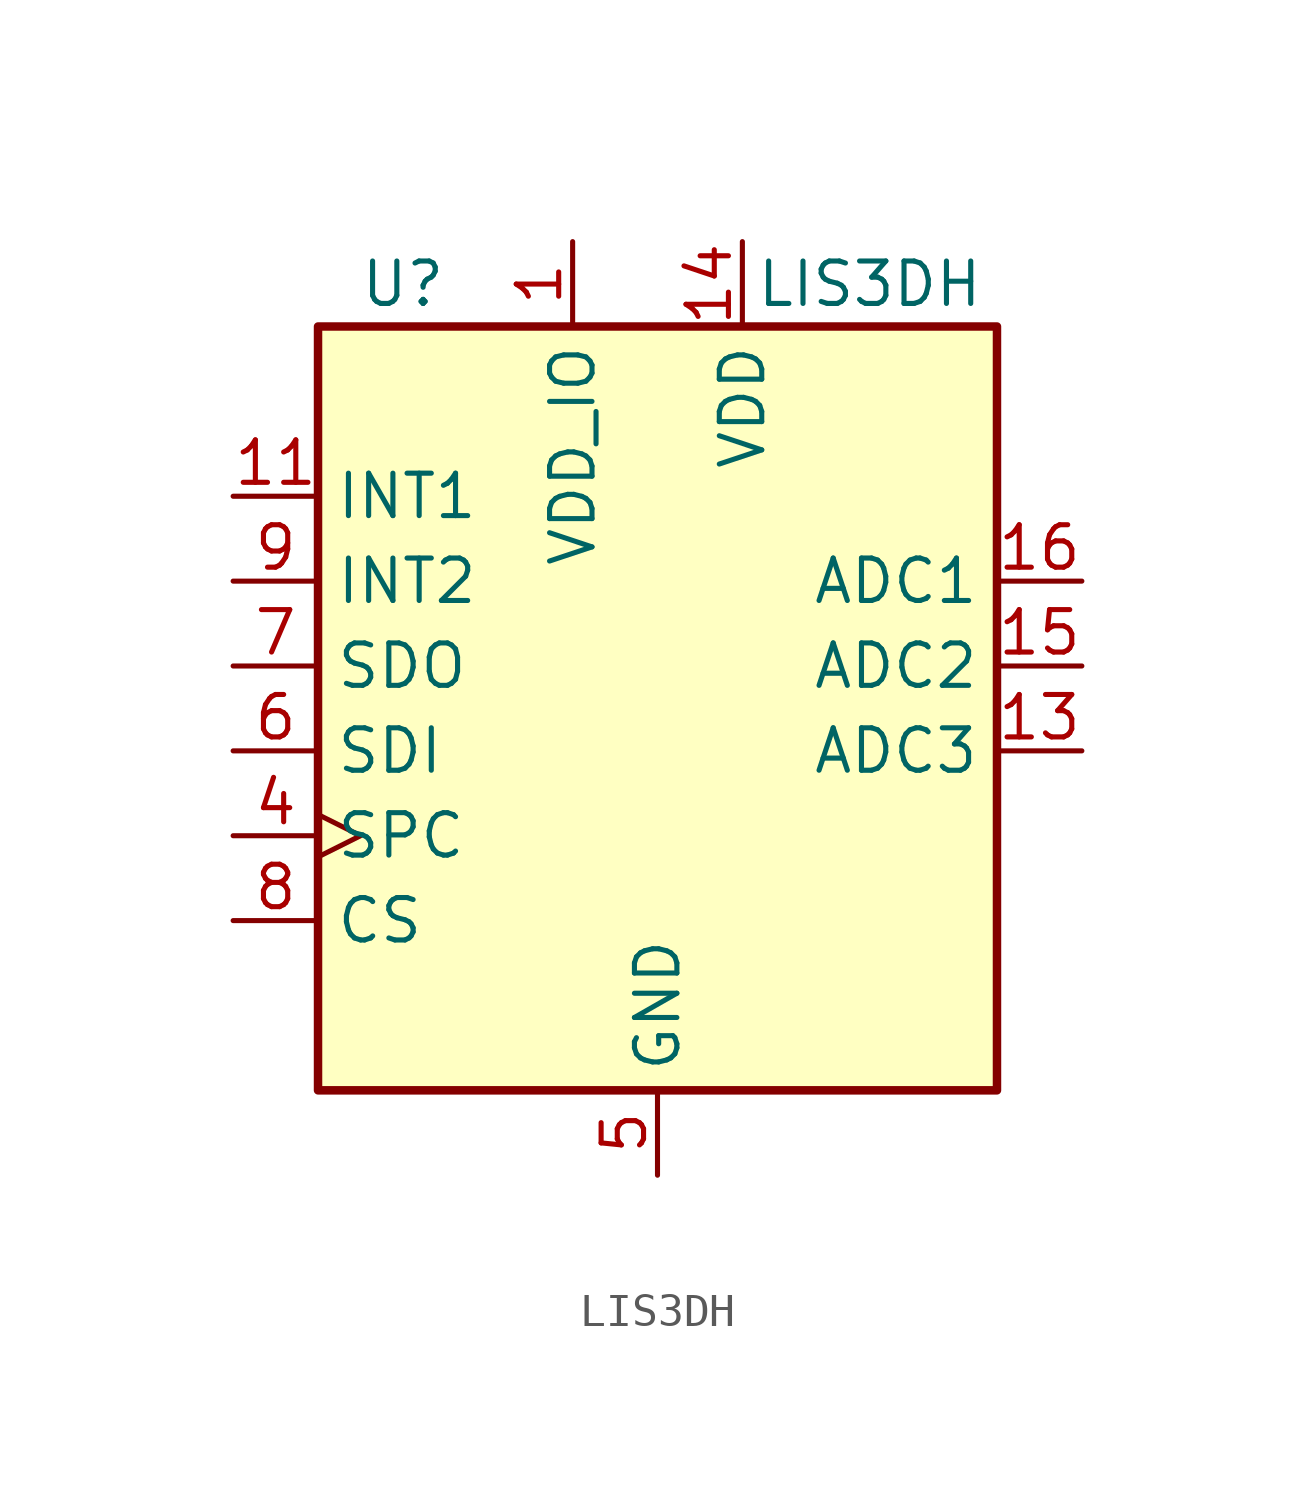
<source format=kicad_sym>
(kicad_symbol_lib
  (version 20231120)
  (generator "kicad_symbol_editor")
  (generator_version "8.0")
  (symbol "LIS3DH"
    (property "Reference" "U"
      (at -7.62 11.43 0)
      (effects (font (size 1.27 1.27))))
    (property "Value" "LIS3DH"
      (at 6.35 11.43 0)
      (effects (font (size 1.27 1.27))))
    (symbol "LIS3DH_0_1"
      (rectangle (start -10.16 10.16) (end 10.16 -12.7) (stroke (width 0.254) (type default)) (fill (type background))))
    (symbol "LIS3DH_1_1"
      (pin power_in line (at -2.54 12.7 270) (length 2.54) (name "VDD_IO" (effects (font (size 1.27 1.27)))) (number "1" (effects (font (size 1.27 1.27)))))
      (pin passive line (at 0 -15.24 90) (length 2.54) hide (name "GND" (effects (font (size 1.27 1.27)))) (number "10" (effects (font (size 1.27 1.27)))))
      (pin output line (at -12.7 5.08 0) (length 2.54) (name "INT1" (effects (font (size 1.27 1.27)))) (number "11" (effects (font (size 1.27 1.27)))))
      (pin passive line (at 0 -15.24 90) (length 2.54) hide (name "GND" (effects (font (size 1.27 1.27)))) (number "12" (effects (font (size 1.27 1.27)))))
      (pin input line (at 12.7 -2.54 180) (length 2.54) (name "ADC3" (effects (font (size 1.27 1.27)))) (number "13" (effects (font (size 1.27 1.27)))))
      (pin power_in line (at 2.54 12.7 270) (length 2.54) (name "VDD" (effects (font (size 1.27 1.27)))) (number "14" (effects (font (size 1.27 1.27)))))
      (pin input line (at 12.7 0 180) (length 2.54) (name "ADC2" (effects (font (size 1.27 1.27)))) (number "15" (effects (font (size 1.27 1.27)))))
      (pin input line (at 12.7 2.54 180) (length 2.54) (name "ADC1" (effects (font (size 1.27 1.27)))) (number "16" (effects (font (size 1.27 1.27)))))
      (pin no_connect line (at 10.16 5.08 180) (length 2.54) hide (name "NC" (effects (font (size 1.27 1.27)))) (number "2" (effects (font (size 1.27 1.27)))))
      (pin no_connect line (at 10.16 7.62 180) (length 2.54) hide (name "NC" (effects (font (size 1.27 1.27)))) (number "3" (effects (font (size 1.27 1.27)))))
      (pin input clock (at -12.7 -5.08 0) (length 2.54) (name "SPC" (effects (font (size 1.27 1.27)))) (number "4" (effects (font (size 1.27 1.27)))) (alternate "SCL" input clock))
      (pin power_in line (at 0 -15.24 90) (length 2.54) (name "GND" (effects (font (size 1.27 1.27)))) (number "5" (effects (font (size 1.27 1.27)))))
      (pin input line (at -12.7 -2.54 0) (length 2.54) (name "SDI" (effects (font (size 1.27 1.27)))) (number "6" (effects (font (size 1.27 1.27)))) (alternate "SDA" bidirectional line) (alternate "SDO" output line))
      (pin output line (at -12.7 0 0) (length 2.54) (name "SDO" (effects (font (size 1.27 1.27)))) (number "7" (effects (font (size 1.27 1.27)))) (alternate "SA0" input line))
      (pin input line (at -12.7 -7.62 0) (length 2.54) (name "CS" (effects (font (size 1.27 1.27)))) (number "8" (effects (font (size 1.27 1.27)))))
      (pin output line (at -12.7 2.54 0) (length 2.54) (name "INT2" (effects (font (size 1.27 1.27)))) (number "9" (effects (font (size 1.27 1.27))))))))
</source>
